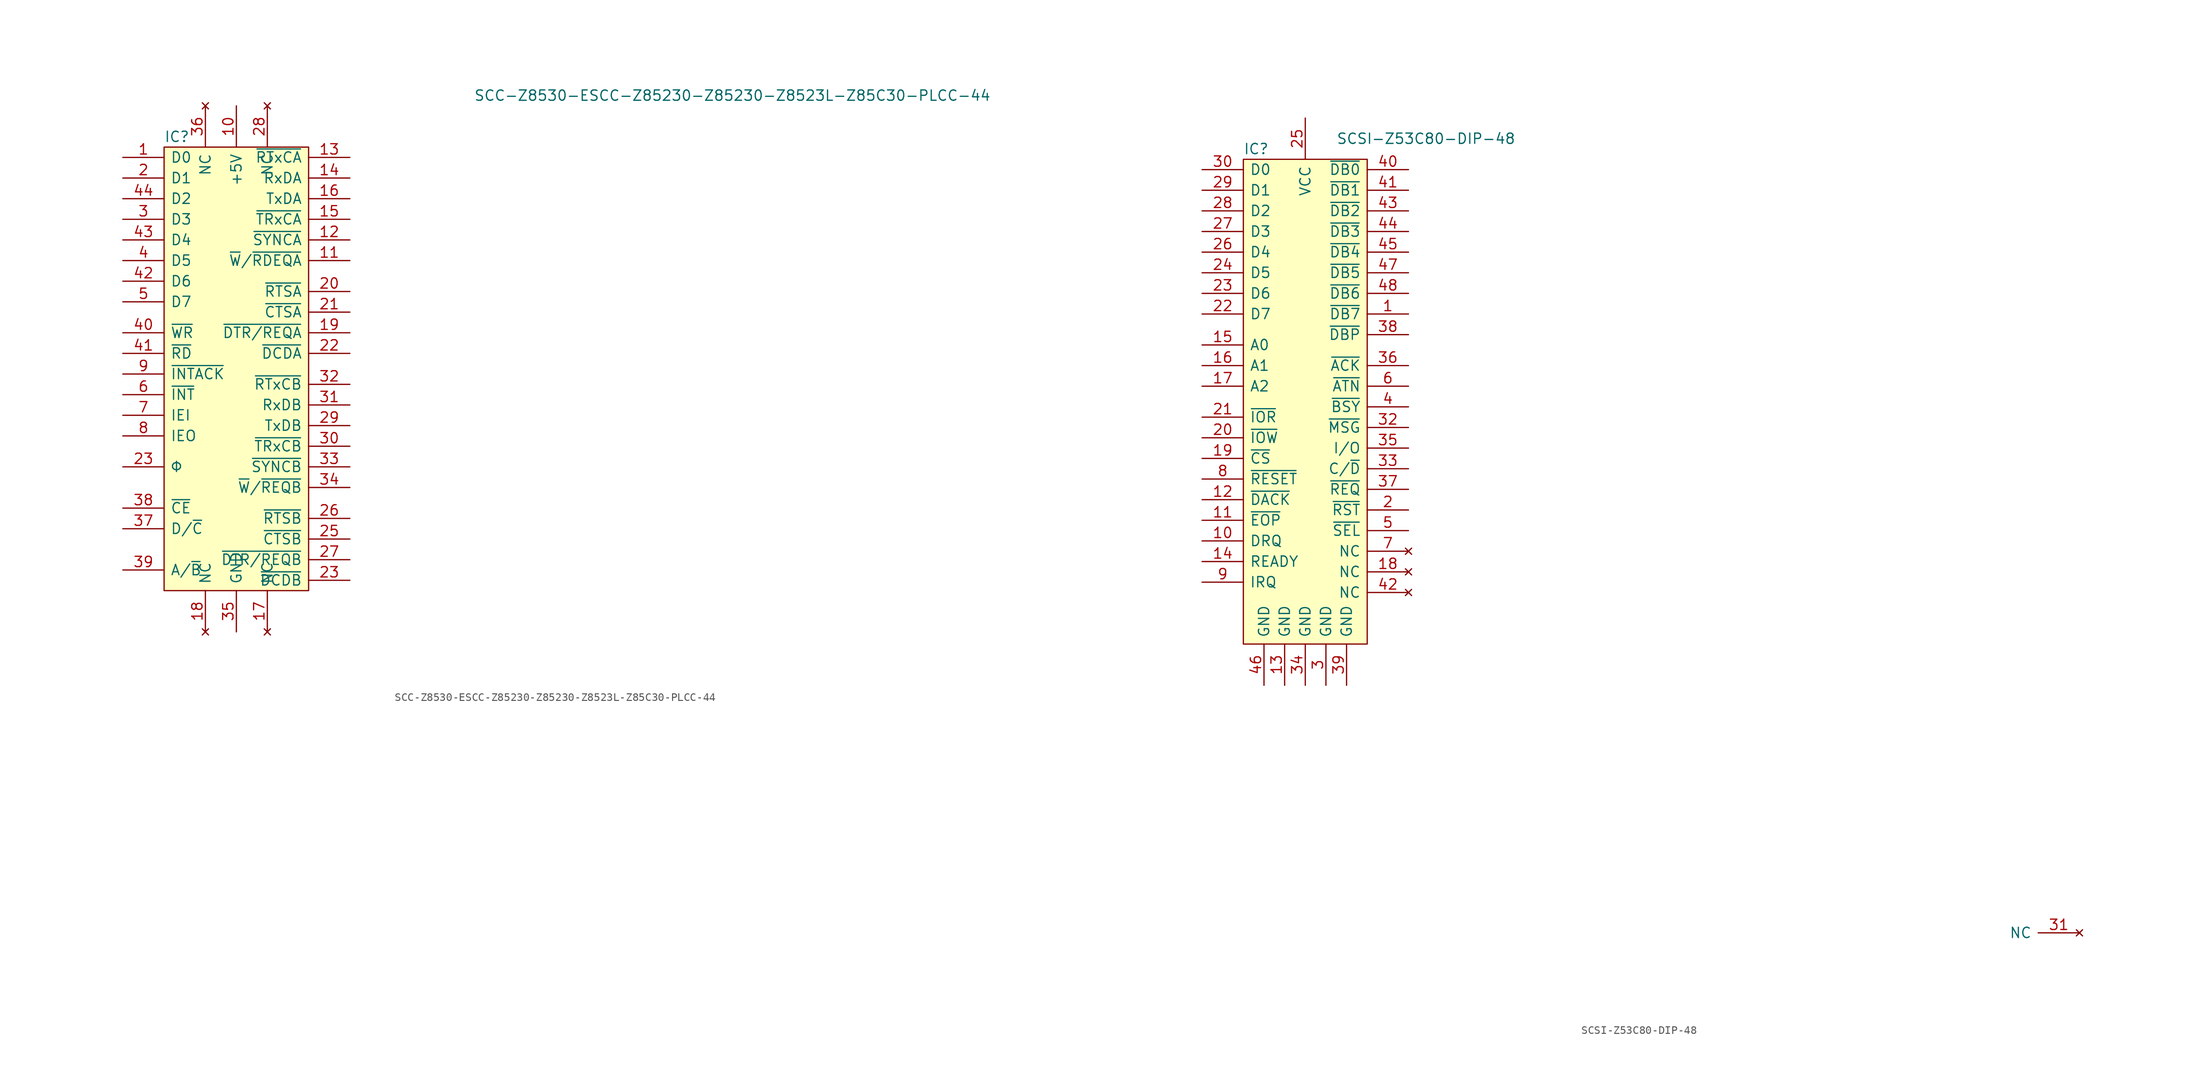
<source format=kicad_sym>
(kicad_symbol_lib
  (version 20211014)
  (generator kicad_symbol_editor)
  (symbol "SCC-Z8530-ESCC-Z85230-Z85230-Z8523L-Z85C30-PLCC-44"
    (pin_names
      (offset 0.762))
    (property "Reference" "IC"
      (at 0 1.27 0)
      (effects (font (size 1.27 1.27)) (justify left)))
    (property "Value" "SCC-Z8530-ESCC-Z85230-Z85230-Z8523L-Z85C30-PLCC-44"
      (at 38.1 6.35 0)
      (effects (font (size 1.27 1.27)) (justify left)))
    (symbol "SCC-Z8530-ESCC-Z85230-Z85230-Z8523L-Z85C30-PLCC-44_0_0"
      (pin bidirectional line (at -5.08 -1.27 0) (length 5.08) (name "D0" (effects (font (size 1.27 1.27)))) (number "1" (effects (font (size 1.27 1.27)))))
      (pin power_in line (at 8.89 5.08 270) (length 5.08) (name "+5V" (effects (font (size 1.27 1.27)))) (number "10" (effects (font (size 1.27 1.27)))))
      (pin output line (at 22.86 -13.97 180) (length 5.08) (name "~{W}/~{RDEQA}" (effects (font (size 1.27 1.27)))) (number "11" (effects (font (size 1.27 1.27)))))
      (pin bidirectional line (at 22.86 -11.43 180) (length 5.08) (name "~{SYNCA}" (effects (font (size 1.27 1.27)))) (number "12" (effects (font (size 1.27 1.27)))))
      (pin input line (at 22.86 -1.27 180) (length 5.08) (name "~{RTxCA}" (effects (font (size 1.27 1.27)))) (number "13" (effects (font (size 1.27 1.27)))))
      (pin input line (at 22.86 -3.81 180) (length 5.08) (name "RxDA" (effects (font (size 1.27 1.27)))) (number "14" (effects (font (size 1.27 1.27)))))
      (pin input line (at 22.86 -8.89 180) (length 5.08) (name "~{TRxCA}" (effects (font (size 1.27 1.27)))) (number "15" (effects (font (size 1.27 1.27)))))
      (pin output line (at 22.86 -6.35 180) (length 5.08) (name "TxDA" (effects (font (size 1.27 1.27)))) (number "16" (effects (font (size 1.27 1.27)))))
      (pin no_connect line (at 12.7 -59.69 90) (length 5.08) (name "NC" (effects (font (size 1.27 1.27)))) (number "17" (effects (font (size 1.27 1.27)))))
      (pin no_connect line (at 5.08 -59.69 90) (length 5.08) (name "NC" (effects (font (size 1.27 1.27)))) (number "18" (effects (font (size 1.27 1.27)))))
      (pin output line (at 22.86 -22.86 180) (length 5.08) (name "~{DTR/REQA}" (effects (font (size 1.27 1.27)))) (number "19" (effects (font (size 1.27 1.27)))))
      (pin bidirectional line (at -5.08 -3.81 0) (length 5.08) (name "D1" (effects (font (size 1.27 1.27)))) (number "2" (effects (font (size 1.27 1.27)))))
      (pin output line (at 22.86 -17.78 180) (length 5.08) (name "~{RTSA}" (effects (font (size 1.27 1.27)))) (number "20" (effects (font (size 1.27 1.27)))))
      (pin input line (at 22.86 -20.32 180) (length 5.08) (name "~{CTSA}" (effects (font (size 1.27 1.27)))) (number "21" (effects (font (size 1.27 1.27)))))
      (pin input line (at 22.86 -25.4 180) (length 5.08) (name "~{DCDA}" (effects (font (size 1.27 1.27)))) (number "22" (effects (font (size 1.27 1.27)))))
      (pin input line (at 22.86 -53.34 180) (length 5.08) (name "~{DCDB}" (effects (font (size 1.27 1.27)))) (number "23" (effects (font (size 1.27 1.27)))))
      (pin input line (at -5.08 -39.37 0) (length 5.08) (name "Φ" (effects (font (size 1.27 1.27)))) (number "23" (effects (font (size 1.27 1.27)))))
      (pin input line (at 22.86 -48.26 180) (length 5.08) (name "~{CTSB}" (effects (font (size 1.27 1.27)))) (number "25" (effects (font (size 1.27 1.27)))))
      (pin output line (at 22.86 -45.72 180) (length 5.08) (name "~{RTSB}" (effects (font (size 1.27 1.27)))) (number "26" (effects (font (size 1.27 1.27)))))
      (pin output line (at 22.86 -50.8 180) (length 5.08) (name "~{DTR/REQB}" (effects (font (size 1.27 1.27)))) (number "27" (effects (font (size 1.27 1.27)))))
      (pin no_connect line (at 12.7 5.08 270) (length 5.08) (name "NC" (effects (font (size 1.27 1.27)))) (number "28" (effects (font (size 1.27 1.27)))))
      (pin output line (at 22.86 -34.29 180) (length 5.08) (name "TxDB" (effects (font (size 1.27 1.27)))) (number "29" (effects (font (size 1.27 1.27)))))
      (pin bidirectional line (at -5.08 -8.89 0) (length 5.08) (name "D3" (effects (font (size 1.27 1.27)))) (number "3" (effects (font (size 1.27 1.27)))))
      (pin bidirectional line (at 22.86 -36.83 180) (length 5.08) (name "~{TRxCB}" (effects (font (size 1.27 1.27)))) (number "30" (effects (font (size 1.27 1.27)))))
      (pin input line (at 22.86 -31.75 180) (length 5.08) (name "RxDB" (effects (font (size 1.27 1.27)))) (number "31" (effects (font (size 1.27 1.27)))))
      (pin input line (at 22.86 -29.21 180) (length 5.08) (name "~{RTxCB}" (effects (font (size 1.27 1.27)))) (number "32" (effects (font (size 1.27 1.27)))))
      (pin bidirectional line (at 22.86 -39.37 180) (length 5.08) (name "~{SYNCB}" (effects (font (size 1.27 1.27)))) (number "33" (effects (font (size 1.27 1.27)))))
      (pin output line (at 22.86 -41.91 180) (length 5.08) (name "~{W}/~{REQB}" (effects (font (size 1.27 1.27)))) (number "34" (effects (font (size 1.27 1.27)))))
      (pin power_in line (at 8.89 -59.69 90) (length 5.08) (name "GND" (effects (font (size 1.27 1.27)))) (number "35" (effects (font (size 1.27 1.27)))))
      (pin no_connect line (at 5.08 5.08 270) (length 5.08) (name "NC" (effects (font (size 1.27 1.27)))) (number "36" (effects (font (size 1.27 1.27)))))
      (pin input line (at -5.08 -46.99 0) (length 5.08) (name "D/~{C}" (effects (font (size 1.27 1.27)))) (number "37" (effects (font (size 1.27 1.27)))))
      (pin input line (at -5.08 -44.45 0) (length 5.08) (name "~{CE}" (effects (font (size 1.27 1.27)))) (number "38" (effects (font (size 1.27 1.27)))))
      (pin input line (at -5.08 -52.07 0) (length 5.08) (name "A/~{B}" (effects (font (size 1.27 1.27)))) (number "39" (effects (font (size 1.27 1.27)))))
      (pin bidirectional line (at -5.08 -13.97 0) (length 5.08) (name "D5" (effects (font (size 1.27 1.27)))) (number "4" (effects (font (size 1.27 1.27)))))
      (pin input line (at -5.08 -22.86 0) (length 5.08) (name "~{WR}" (effects (font (size 1.27 1.27)))) (number "40" (effects (font (size 1.27 1.27)))))
      (pin input line (at -5.08 -25.4 0) (length 5.08) (name "~{RD}" (effects (font (size 1.27 1.27)))) (number "41" (effects (font (size 1.27 1.27)))))
      (pin bidirectional line (at -5.08 -16.51 0) (length 5.08) (name "D6" (effects (font (size 1.27 1.27)))) (number "42" (effects (font (size 1.27 1.27)))))
      (pin bidirectional line (at -5.08 -11.43 0) (length 5.08) (name "D4" (effects (font (size 1.27 1.27)))) (number "43" (effects (font (size 1.27 1.27)))))
      (pin bidirectional line (at -5.08 -6.35 0) (length 5.08) (name "D2" (effects (font (size 1.27 1.27)))) (number "44" (effects (font (size 1.27 1.27)))))
      (pin bidirectional line (at -5.08 -19.05 0) (length 5.08) (name "D7" (effects (font (size 1.27 1.27)))) (number "5" (effects (font (size 1.27 1.27)))))
      (pin input line (at -5.08 -30.48 0) (length 5.08) (name "~{INT}" (effects (font (size 1.27 1.27)))) (number "6" (effects (font (size 1.27 1.27)))))
      (pin input line (at -5.08 -33.02 0) (length 5.08) (name "IEI" (effects (font (size 1.27 1.27)))) (number "7" (effects (font (size 1.27 1.27)))))
      (pin output line (at -5.08 -35.56 0) (length 5.08) (name "IEO" (effects (font (size 1.27 1.27)))) (number "8" (effects (font (size 1.27 1.27)))))
      (pin input line (at -5.08 -27.94 0) (length 5.08) (name "~{INTACK}" (effects (font (size 1.27 1.27)))) (number "9" (effects (font (size 1.27 1.27))))))
    (symbol "SCC-Z8530-ESCC-Z85230-Z85230-Z8523L-Z85C30-PLCC-44_0_1"
      (rectangle (start 0 0) (end 17.78 -54.61) (stroke (width 0) (type default) (color 0 0 0 0)) (fill (type background)))))
  (symbol "SCSI-Z53C80-DIP-48"
    (pin_names
      (offset 0.762))
    (property "Reference" "IC"
      (at 0 1.27 0)
      (effects (font (size 1.27 1.27)) (justify left)))
    (property "Value" "SCSI-Z53C80-DIP-48"
      (at 11.43 2.54 0)
      (effects (font (size 1.27 1.27)) (justify left)))
    (symbol "SCSI-Z53C80-DIP-48_0_0"
      (pin bidirectional line (at 20.32 -19.05 180) (length 5.08) (name "~{DB7}" (effects (font (size 1.27 1.27)))) (number "1" (effects (font (size 1.27 1.27)))))
      (pin output line (at -5.08 -46.99 0) (length 5.08) (name "DRQ" (effects (font (size 1.27 1.27)))) (number "10" (effects (font (size 1.27 1.27)))))
      (pin input line (at -5.08 -44.45 0) (length 5.08) (name "~{EOP}" (effects (font (size 1.27 1.27)))) (number "11" (effects (font (size 1.27 1.27)))))
      (pin input line (at -5.08 -41.91 0) (length 5.08) (name "~{DACK}" (effects (font (size 1.27 1.27)))) (number "12" (effects (font (size 1.27 1.27)))))
      (pin power_in line (at 5.08 -64.77 90) (length 5.08) (name "GND" (effects (font (size 1.27 1.27)))) (number "13" (effects (font (size 1.27 1.27)))))
      (pin output line (at -5.08 -49.53 0) (length 5.08) (name "READY" (effects (font (size 1.27 1.27)))) (number "14" (effects (font (size 1.27 1.27)))))
      (pin input line (at -5.08 -22.86 0) (length 5.08) (name "A0" (effects (font (size 1.27 1.27)))) (number "15" (effects (font (size 1.27 1.27)))))
      (pin input line (at -5.08 -25.4 0) (length 5.08) (name "A1" (effects (font (size 1.27 1.27)))) (number "16" (effects (font (size 1.27 1.27)))))
      (pin input line (at -5.08 -27.94 0) (length 5.08) (name "A2" (effects (font (size 1.27 1.27)))) (number "17" (effects (font (size 1.27 1.27)))))
      (pin no_connect line (at 20.32 -50.8 180) (length 5.08) (name "NC" (effects (font (size 1.27 1.27)))) (number "18" (effects (font (size 1.27 1.27)))))
      (pin input line (at -5.08 -36.83 0) (length 5.08) (name "~{CS}" (effects (font (size 1.27 1.27)))) (number "19" (effects (font (size 1.27 1.27)))))
      (pin bidirectional line (at 20.32 -43.18 180) (length 5.08) (name "~{RST}" (effects (font (size 1.27 1.27)))) (number "2" (effects (font (size 1.27 1.27)))))
      (pin input line (at -5.08 -34.29 0) (length 5.08) (name "~{IOW}" (effects (font (size 1.27 1.27)))) (number "20" (effects (font (size 1.27 1.27)))))
      (pin input line (at -5.08 -31.75 0) (length 5.08) (name "~{IOR}" (effects (font (size 1.27 1.27)))) (number "21" (effects (font (size 1.27 1.27)))))
      (pin bidirectional line (at -5.08 -19.05 0) (length 5.08) (name "D7" (effects (font (size 1.27 1.27)))) (number "22" (effects (font (size 1.27 1.27)))))
      (pin bidirectional line (at -5.08 -16.51 0) (length 5.08) (name "D6" (effects (font (size 1.27 1.27)))) (number "23" (effects (font (size 1.27 1.27)))))
      (pin bidirectional line (at -5.08 -13.97 0) (length 5.08) (name "D5" (effects (font (size 1.27 1.27)))) (number "24" (effects (font (size 1.27 1.27)))))
      (pin power_in line (at 7.62 5.08 270) (length 5.08) (name "VCC" (effects (font (size 1.27 1.27)))) (number "25" (effects (font (size 1.27 1.27)))))
      (pin bidirectional line (at -5.08 -11.43 0) (length 5.08) (name "D4" (effects (font (size 1.27 1.27)))) (number "26" (effects (font (size 1.27 1.27)))))
      (pin bidirectional line (at -5.08 -8.89 0) (length 5.08) (name "D3" (effects (font (size 1.27 1.27)))) (number "27" (effects (font (size 1.27 1.27)))))
      (pin bidirectional line (at -5.08 -6.35 0) (length 5.08) (name "D2" (effects (font (size 1.27 1.27)))) (number "28" (effects (font (size 1.27 1.27)))))
      (pin bidirectional line (at -5.08 -3.81 0) (length 5.08) (name "D1" (effects (font (size 1.27 1.27)))) (number "29" (effects (font (size 1.27 1.27)))))
      (pin bidirectional line (at 10.16 -64.77 90) (length 5.08) (name "GND" (effects (font (size 1.27 1.27)))) (number "3" (effects (font (size 1.27 1.27)))))
      (pin bidirectional line (at -5.08 -1.27 0) (length 5.08) (name "D0" (effects (font (size 1.27 1.27)))) (number "30" (effects (font (size 1.27 1.27)))))
      (pin no_connect line (at 102.87 -95.25 180) (length 5.08) (name "NC" (effects (font (size 1.27 1.27)))) (number "31" (effects (font (size 1.27 1.27)))))
      (pin bidirectional line (at 20.32 -33.02 180) (length 5.08) (name "~{MSG}" (effects (font (size 1.27 1.27)))) (number "32" (effects (font (size 1.27 1.27)))))
      (pin bidirectional line (at 20.32 -38.1 180) (length 5.08) (name "C/~{D}" (effects (font (size 1.27 1.27)))) (number "33" (effects (font (size 1.27 1.27)))))
      (pin power_in line (at 7.62 -64.77 90) (length 5.08) (name "GND" (effects (font (size 1.27 1.27)))) (number "34" (effects (font (size 1.27 1.27)))))
      (pin bidirectional line (at 20.32 -35.56 180) (length 5.08) (name "I/O" (effects (font (size 1.27 1.27)))) (number "35" (effects (font (size 1.27 1.27)))))
      (pin bidirectional line (at 20.32 -25.4 180) (length 5.08) (name "~{ACK}" (effects (font (size 1.27 1.27)))) (number "36" (effects (font (size 1.27 1.27)))))
      (pin bidirectional line (at 20.32 -40.64 180) (length 5.08) (name "~{REQ}" (effects (font (size 1.27 1.27)))) (number "37" (effects (font (size 1.27 1.27)))))
      (pin bidirectional line (at 20.32 -21.59 180) (length 5.08) (name "~{DBP}" (effects (font (size 1.27 1.27)))) (number "38" (effects (font (size 1.27 1.27)))))
      (pin power_in line (at 12.7 -64.77 90) (length 5.08) (name "GND" (effects (font (size 1.27 1.27)))) (number "39" (effects (font (size 1.27 1.27)))))
      (pin bidirectional line (at 20.32 -30.48 180) (length 5.08) (name "~{BSY}" (effects (font (size 1.27 1.27)))) (number "4" (effects (font (size 1.27 1.27)))))
      (pin bidirectional line (at 20.32 -1.27 180) (length 5.08) (name "~{DB0}" (effects (font (size 1.27 1.27)))) (number "40" (effects (font (size 1.27 1.27)))))
      (pin bidirectional line (at 20.32 -3.81 180) (length 5.08) (name "~{DB1}" (effects (font (size 1.27 1.27)))) (number "41" (effects (font (size 1.27 1.27)))))
      (pin no_connect line (at 20.32 -53.34 180) (length 5.08) (name "NC" (effects (font (size 1.27 1.27)))) (number "42" (effects (font (size 1.27 1.27)))))
      (pin bidirectional line (at 20.32 -6.35 180) (length 5.08) (name "~{DB2}" (effects (font (size 1.27 1.27)))) (number "43" (effects (font (size 1.27 1.27)))))
      (pin bidirectional line (at 20.32 -8.89 180) (length 5.08) (name "~{DB3}" (effects (font (size 1.27 1.27)))) (number "44" (effects (font (size 1.27 1.27)))))
      (pin bidirectional line (at 20.32 -11.43 180) (length 5.08) (name "~{DB4}" (effects (font (size 1.27 1.27)))) (number "45" (effects (font (size 1.27 1.27)))))
      (pin power_in line (at 2.54 -64.77 90) (length 5.08) (name "GND" (effects (font (size 1.27 1.27)))) (number "46" (effects (font (size 1.27 1.27)))))
      (pin bidirectional line (at 20.32 -13.97 180) (length 5.08) (name "~{DB5}" (effects (font (size 1.27 1.27)))) (number "47" (effects (font (size 1.27 1.27)))))
      (pin bidirectional line (at 20.32 -16.51 180) (length 5.08) (name "~{DB6}" (effects (font (size 1.27 1.27)))) (number "48" (effects (font (size 1.27 1.27)))))
      (pin bidirectional line (at 20.32 -45.72 180) (length 5.08) (name "~{SEL}" (effects (font (size 1.27 1.27)))) (number "5" (effects (font (size 1.27 1.27)))))
      (pin bidirectional line (at 20.32 -27.94 180) (length 5.08) (name "~{ATN}" (effects (font (size 1.27 1.27)))) (number "6" (effects (font (size 1.27 1.27)))))
      (pin no_connect line (at 20.32 -48.26 180) (length 5.08) (name "NC" (effects (font (size 1.27 1.27)))) (number "7" (effects (font (size 1.27 1.27)))))
      (pin input line (at -5.08 -39.37 0) (length 5.08) (name "~{RESET}" (effects (font (size 1.27 1.27)))) (number "8" (effects (font (size 1.27 1.27)))))
      (pin output line (at -5.08 -52.07 0) (length 5.08) (name "IRQ" (effects (font (size 1.27 1.27)))) (number "9" (effects (font (size 1.27 1.27))))))
    (symbol "SCSI-Z53C80-DIP-48_0_1"
      (rectangle (start 0 0) (end 15.24 -59.69) (stroke (width 0) (type default) (color 0 0 0 0)) (fill (type background))))))
</source>
